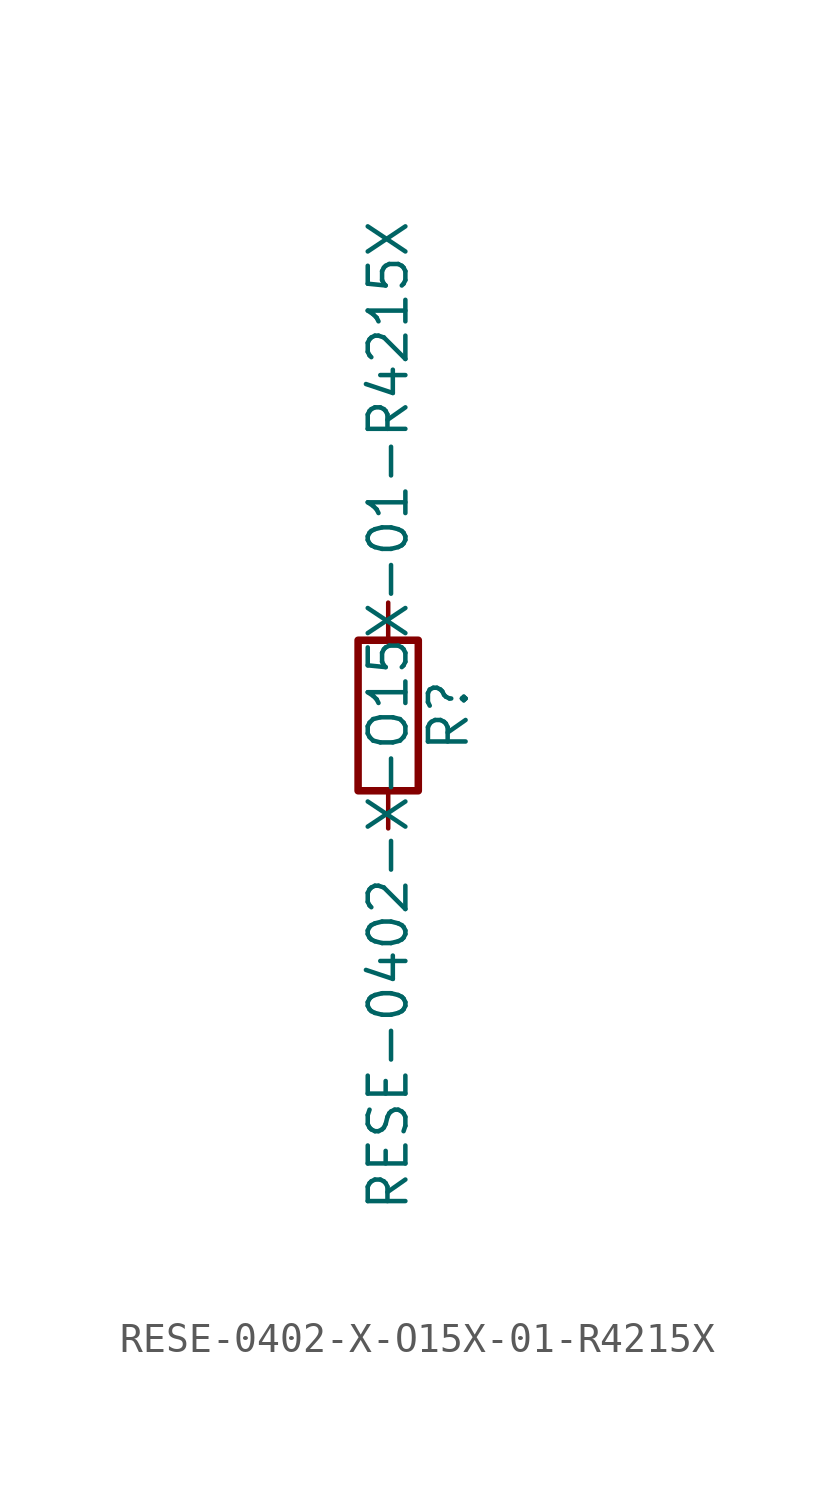
<source format=kicad_sym>
(kicad_symbol_lib
  (version 20211014)
  (generator kicad_symbol_editor)
  (symbol "RESE-0402-X-O15X-01-R4215X"
    (pin_numbers hide)
    (pin_names
      (offset 0))
    (property "Reference" "R"
      (at 2.032 0 90)
      (effects (font (size 1.27 1.27))))
    (property "Value" "RESE-0402-X-O15X-01-R4215X"
      (at 0 0 90)
      (effects (font (size 1.27 1.27))))
    (symbol "RESE-0402-X-O15X-01-R4215X_0_1"
      (rectangle (start -1.016 -2.54) (end 1.016 2.54) (stroke (width 0.254) (type default) (color 0 0 0 0)) (fill (type none))))
    (symbol "RESE-0402-X-O15X-01-R4215X_1_1"
      (pin passive line (at 0 3.81 270) (length 1.27) (name "~" (effects (font (size 1.27 1.27)))) (number "1" (effects (font (size 1.27 1.27)))))
      (pin passive line (at 0 -3.81 90) (length 1.27) (name "~" (effects (font (size 1.27 1.27)))) (number "2" (effects (font (size 1.27 1.27))))))))
</source>
